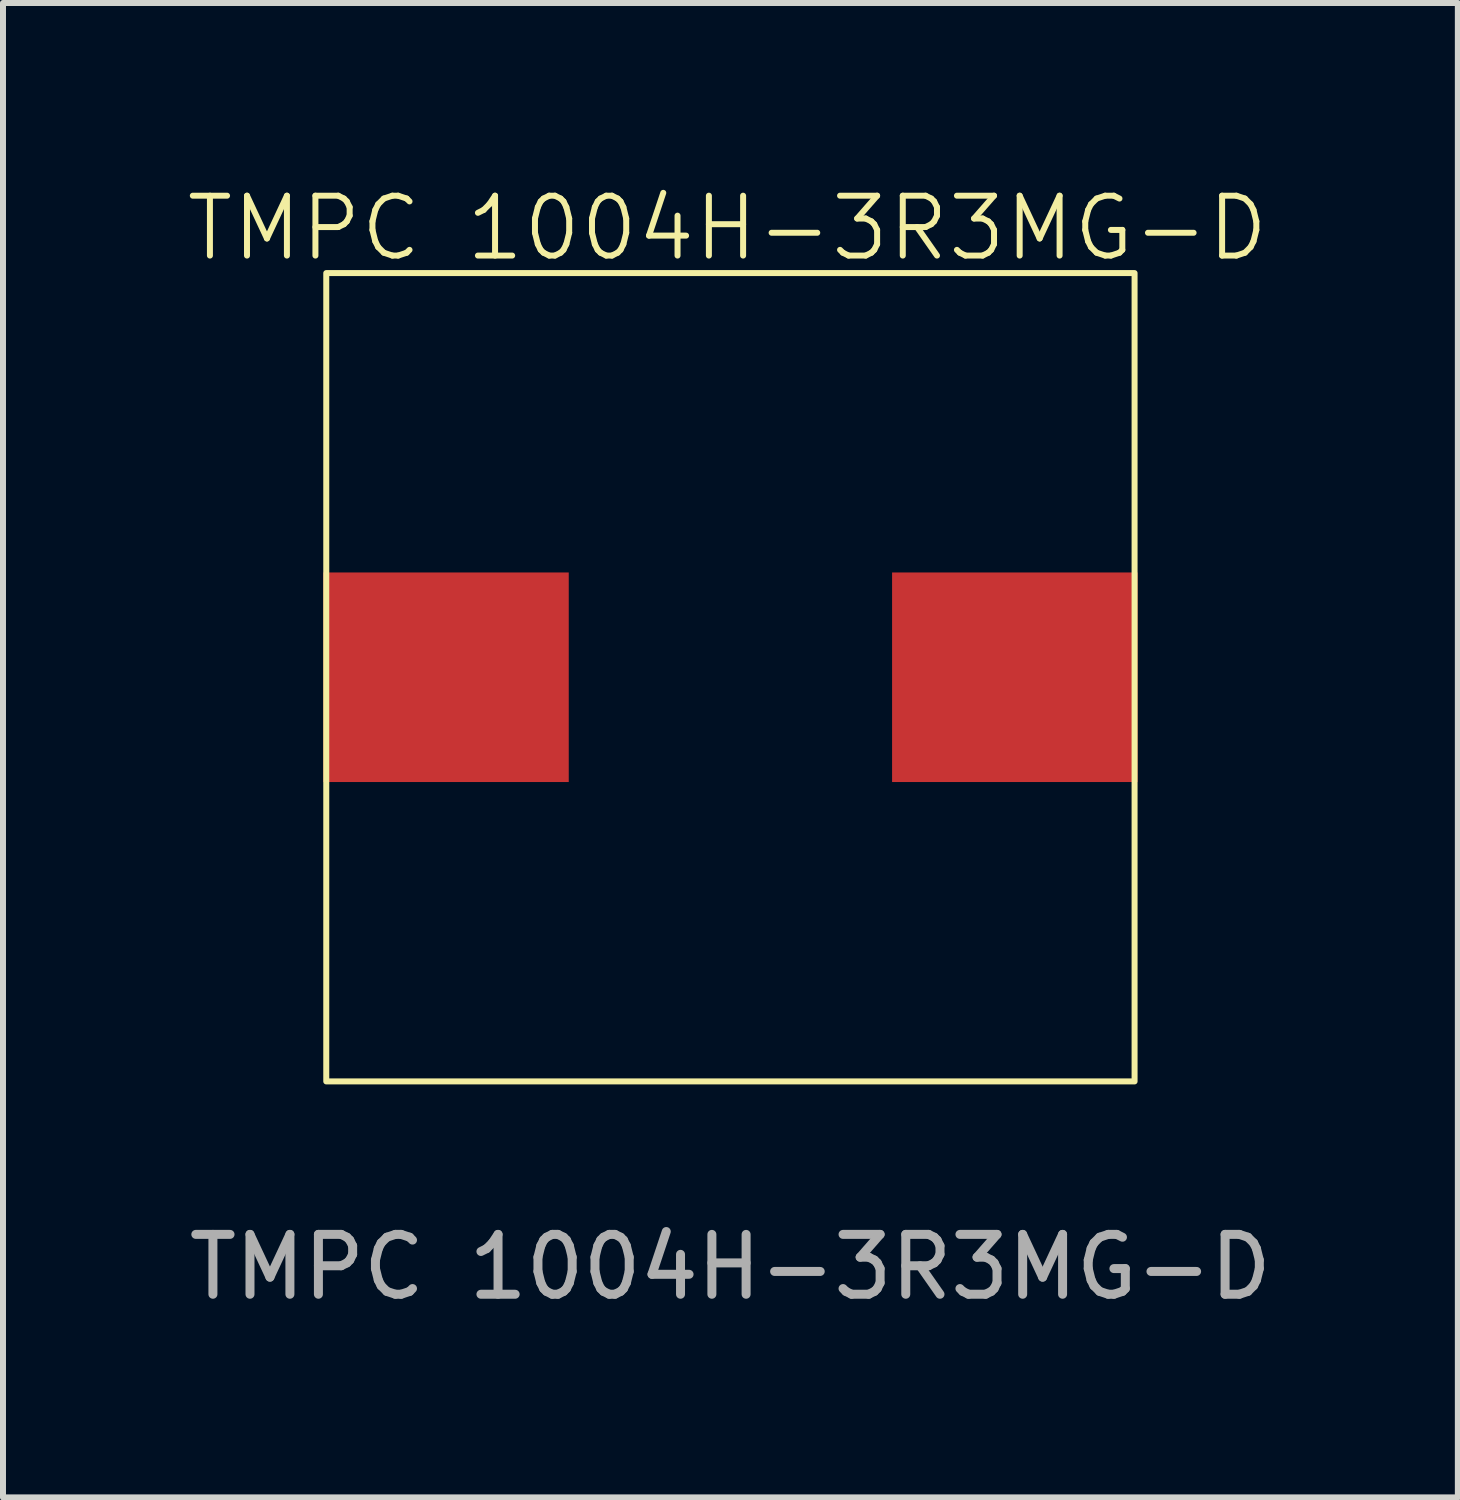
<source format=kicad_pcb>
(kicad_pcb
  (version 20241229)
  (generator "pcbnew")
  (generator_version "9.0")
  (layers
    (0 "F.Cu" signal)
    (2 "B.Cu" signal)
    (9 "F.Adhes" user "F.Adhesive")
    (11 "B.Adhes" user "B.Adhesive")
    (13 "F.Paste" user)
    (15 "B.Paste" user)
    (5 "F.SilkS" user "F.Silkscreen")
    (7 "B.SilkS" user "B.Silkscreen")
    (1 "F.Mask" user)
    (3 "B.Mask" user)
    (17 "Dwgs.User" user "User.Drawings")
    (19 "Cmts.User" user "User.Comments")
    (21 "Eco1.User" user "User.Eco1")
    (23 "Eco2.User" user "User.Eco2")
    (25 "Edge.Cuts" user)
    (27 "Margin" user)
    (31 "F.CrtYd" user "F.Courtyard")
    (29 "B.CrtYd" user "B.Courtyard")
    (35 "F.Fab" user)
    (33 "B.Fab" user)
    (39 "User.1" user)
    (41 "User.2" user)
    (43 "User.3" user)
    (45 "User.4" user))
  (footprint "TMPC 1004H-3R3MG-D"
    (layer "F.Cu")
    (at 9.149 8.261)
    (property "Reference" "TMPC 1004H-3R3MG-D" (at -0.05 -7.5 0) (unlocked yes) (layer "F.SilkS") (effects (font (size 1 1) (thickness 0.1))))
    (attr smd)
    (fp_rect (start -6.75 -6.75) (end 6.75 6.75) (stroke (width 0.1) (type default)) (fill no) (layer "F.SilkS"))
    (fp_text user "${REFERENCE}" (at 0 9.85 0) (unlocked yes) (layer "F.Fab") (effects (font (size 1 1) (thickness 0.15))))
    (pad "1" smd rect (at -4.75 0) (size 4.1 3.5) (layers "F.Cu" "F.Mask" "F.Paste"))
    (pad "2" smd rect (at 4.75 0) (size 4.1 3.5) (layers "F.Cu" "F.Mask" "F.Paste"))
    (zone (net_name "") (layer "F.Cu") (hatch edge 0.5) (connect_pads) (min_thickness 0.25) (filled_areas_thickness no) (keepout (tracks allowed) (vias allowed) (pads allowed) (copperpour allowed) (footprints not_allowed)) (placement (enabled no)) (fill) (polygon (pts (xy 2.399 1.51) (xy 15.899 1.51) (xy 15.899 15.011) (xy 2.399 15.011)))))
  (gr_rect
    (start -3 -3)
    (end 21.298 21.959)
    (stroke (width 0.1) (type default))
    (fill no)
    (layer "Edge.Cuts")))
</source>
